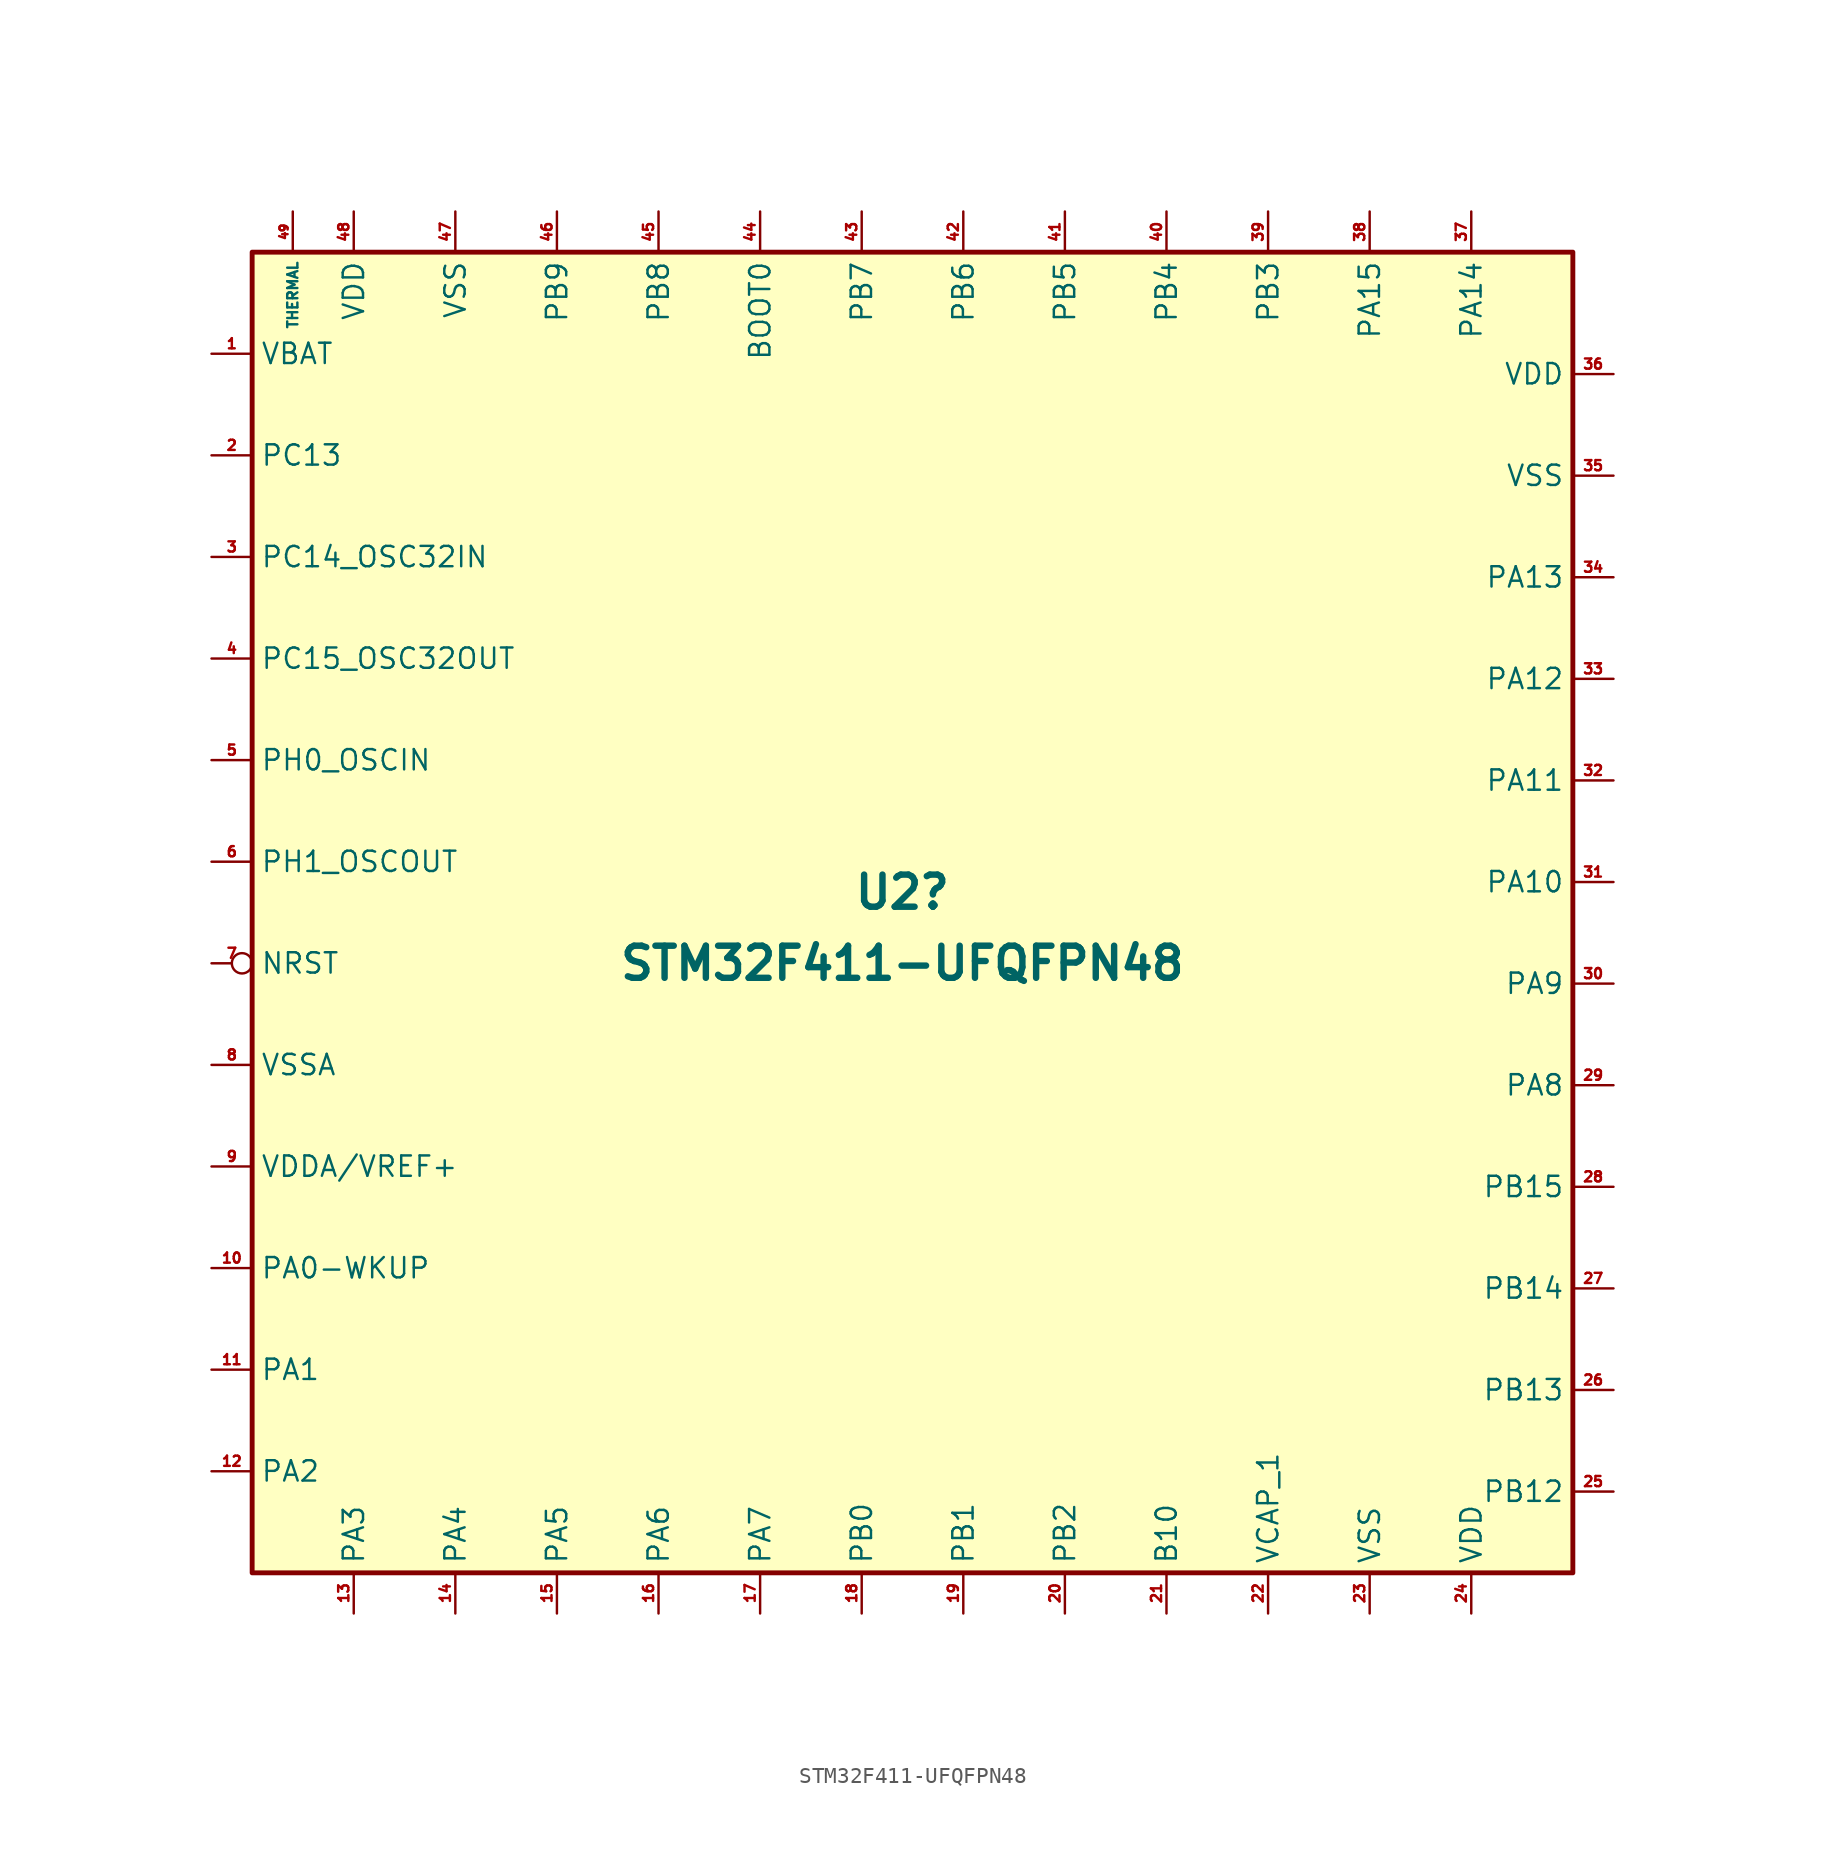
<source format=kicad_sym>
(kicad_symbol_lib
  (version 20211014)
  (generator kicad_symbol_editor)
  (symbol "acheron_Symbols:STM32F411-UFQFPN48"
    (property "Reference" "U2"
      (at 0 1.905 0)
      (effects (font (size 2.007 2.007) bold)))
    (property "Value" "STM32F411-UFQFPN48"
      (at 0 -2.54 0)
      (effects (font (size 2.007 2.007) bold)))
    (symbol "STM32F411-UFQFPN48_0_1"
      (rectangle (start 41.91 41.91) (end -40.64 -40.64) (stroke (width 0.305) (type default) (color 0 0 0 0)) (fill (type background))))
    (symbol "STM32F411-UFQFPN48_1_1"
      (pin power_in line (at -43.18 35.56 0) (length 2.54) (name "VBAT" (effects (font (size 1.27 1.27)))) (number "1" (effects (font (size 0.635 0.635)))))
      (pin bidirectional line (at -43.18 -21.59 0) (length 2.54) (name "PA0-WKUP" (effects (font (size 1.27 1.27)))) (number "10" (effects (font (size 0.635 0.635)))) (alternate "PA0/EVENTOUT" output line) (alternate "PA0/TIM2_CH1" output line) (alternate "PA0/TIM2_ET" output line) (alternate "PA0/TIM5_CH1" output line) (alternate "PA0/USART2_CTS" output line))
      (pin bidirectional line (at -43.18 -27.94 0) (length 2.54) (name "PA1" (effects (font (size 1.27 1.27)))) (number "11" (effects (font (size 0.635 0.635)))) (alternate "PA0/ADC1_1" output line) (alternate "PA0/EVENTOUT" output line) (alternate "PA0/I2S4_SD" output line) (alternate "PA0/SPI4_MOSI" output line) (alternate "PA0/TIM2_CH2" output line) (alternate "PA0/TIM5_CH2" output line) (alternate "PA0/USART2_RTS" output line))
      (pin bidirectional line (at -43.18 -34.29 0) (length 2.54) (name "PA2" (effects (font (size 1.27 1.27)))) (number "12" (effects (font (size 0.635 0.635)))) (alternate "PA2/ADC1_2" output line) (alternate "PA2/EVENTOUT" output line) (alternate "PA2/I2S2_CKIN" input line) (alternate "PA2/TIM2_CH3" output line) (alternate "PA2/TIM5_CH3" output line) (alternate "PA2/TIM9_CH1" output line) (alternate "PA2/USART2_TX" output line))
      (pin bidirectional line (at -34.29 -43.18 90) (length 2.54) (name "PA3" (effects (font (size 1.27 1.27)))) (number "13" (effects (font (size 0.635 0.635)))) (alternate "PA3/ADC1_3" bidirectional line) (alternate "PA3/EVENTOUT" output line) (alternate "PA3/I2S2_MCK" output line) (alternate "PA3/TIM2_CH4" output line) (alternate "PA3/TIM5_CH4" output line) (alternate "PA3/TIM9_CH2" output line) (alternate "PA3/USART2_RX" input line))
      (pin bidirectional line (at -27.94 -43.18 90) (length 2.54) (name "PA4" (effects (font (size 1.27 1.27)))) (number "14" (effects (font (size 0.635 0.635)))) (alternate "PA4/ADC1_4" bidirectional line) (alternate "PA4/EVENTOUT" output line) (alternate "PA4/I2S2_MCK" bidirectional line) (alternate "PA4/TIM2_CH4" bidirectional line) (alternate "PA4/TIM5_CH4" bidirectional line) (alternate "PA4/TIM9_CH2" bidirectional line) (alternate "PA4/USART2_RX" input line))
      (pin bidirectional line (at -21.59 -43.18 90) (length 2.54) (name "PA5" (effects (font (size 1.27 1.27)))) (number "15" (effects (font (size 0.635 0.635)))) (alternate "PA5/ADC1_5" bidirectional line) (alternate "PA5/EVENTOUT" output line) (alternate "PA5/I2S1_WS" bidirectional line) (alternate "PA5/I2S3_WS" bidirectional line) (alternate "PA5/SPI1_NSS" bidirectional line) (alternate "PA5/SPI3_NSS" bidirectional line) (alternate "PA5/USART2_CK" bidirectional line))
      (pin bidirectional line (at -15.24 -43.18 90) (length 2.54) (name "PA6" (effects (font (size 1.27 1.27)))) (number "16" (effects (font (size 0.635 0.635)))) (alternate "PA6/ADC1_6" bidirectional line) (alternate "PA6/EVENTOUT" output line) (alternate "PA6/I2S2_MKC" bidirectional line) (alternate "PA6/SDIO_CMD" bidirectional line) (alternate "PA6/SPI1_MISO" bidirectional line) (alternate "PA6/TIM1_BKIN" input line) (alternate "PA6/TIM3_CH1" bidirectional line))
      (pin bidirectional line (at -8.89 -43.18 90) (length 2.54) (name "PA7" (effects (font (size 1.27 1.27)))) (number "17" (effects (font (size 0.635 0.635)))) (alternate "PA7/ADC1_7" bidirectional line) (alternate "PA7/EVENTOUT" output line) (alternate "PA7/I2S1_SD" bidirectional line) (alternate "PA7/SPI1_MOSI" bidirectional line) (alternate "PA7/TIM1_CH1N" bidirectional line) (alternate "PA7/TIM3_CH2" bidirectional line))
      (pin bidirectional line (at -2.54 -43.18 90) (length 2.54) (name "PB0" (effects (font (size 1.27 1.27)))) (number "18" (effects (font (size 0.635 0.635)))) (alternate "PB0/ADC1_8" bidirectional line) (alternate "PB0/EVENTOUT" output line) (alternate "PB0/I2S5_CK" bidirectional line) (alternate "PB0/SPI5_SCK" bidirectional line) (alternate "PB0/TIM1_CH2N" bidirectional line) (alternate "PB0/TIM3_CH3" bidirectional line))
      (pin bidirectional line (at 3.81 -43.18 90) (length 2.54) (name "PB1" (effects (font (size 1.27 1.27)))) (number "19" (effects (font (size 0.635 0.635)))) (alternate "PB1/ADC1_9" bidirectional line) (alternate "PB1/EVENTOUT" output line) (alternate "PB1/I2S5_WS" bidirectional line) (alternate "PB1/SPI5_NSS" bidirectional line) (alternate "PB1/TIM1_CH3N" bidirectional line) (alternate "PB1/TIM3_CH4" bidirectional line))
      (pin bidirectional line (at -43.18 29.21 0) (length 2.54) (name "PC13" (effects (font (size 1.27 1.27)))) (number "2" (effects (font (size 0.635 0.635)))) (alternate "PC13/ANTI_TAMP" bidirectional line) (alternate "PC13/RTC_AMP1" bidirectional line) (alternate "PC13/RTC_OUT" output line) (alternate "PC13/RTC_TS" bidirectional line))
      (pin bidirectional line (at 10.16 -43.18 90) (length 2.54) (name "PB2" (effects (font (size 1.27 1.27)))) (number "20" (effects (font (size 0.635 0.635)))) (alternate "PB2/BOOT1" input line) (alternate "PB2/EVENTOUT" bidirectional line))
      (pin bidirectional line (at 16.51 -43.18 90) (length 2.54) (name "B10" (effects (font (size 1.27 1.27)))) (number "21" (effects (font (size 0.635 0.635)))) (alternate "PB10/EVENTOUT" output line) (alternate "PB10/I2C2_SCL" bidirectional line) (alternate "PB10/I2S2_CK" bidirectional line) (alternate "PB10/I2S3_MCK" bidirectional line) (alternate "PB10/SDIO_D7" bidirectional line) (alternate "PB10/SPI2_SCK" bidirectional line) (alternate "PB10/TIM2_CH3" bidirectional line))
      (pin output line (at 22.86 -43.18 90) (length 2.54) (name "VCAP_1" (effects (font (size 1.27 1.27)))) (number "22" (effects (font (size 0.635 0.635)))))
      (pin power_out line (at 29.21 -43.18 90) (length 2.54) (name "VSS" (effects (font (size 1.27 1.27)))) (number "23" (effects (font (size 0.635 0.635)))))
      (pin power_in line (at 35.56 -43.18 90) (length 2.54) (name "VDD" (effects (font (size 1.27 1.27)))) (number "24" (effects (font (size 0.635 0.635)))))
      (pin bidirectional line (at 44.45 -35.56 180) (length 2.54) (name "PB12" (effects (font (size 1.27 1.27)))) (number "25" (effects (font (size 0.635 0.635)))) (alternate "PB12/EVENTOUT" output line) (alternate "PB12/I2C2_SMBA" bidirectional line) (alternate "PB12/I2S2_WS" bidirectional line) (alternate "PB12/I2S3_CK" bidirectional line) (alternate "PB12/I2S4_WS" bidirectional line) (alternate "PB12/SPI2_NSS" bidirectional line) (alternate "PB12/SPI3_SCK" bidirectional line) (alternate "PB12/SPI4_NSS" bidirectional line) (alternate "PB12/TIM1_BKIN" bidirectional line))
      (pin bidirectional line (at 44.45 -29.21 180) (length 2.54) (name "PB13" (effects (font (size 1.27 1.27)))) (number "26" (effects (font (size 0.635 0.635)))) (alternate "PB13/EVENTOUT" output line) (alternate "PB13/I2S2_CK" bidirectional line) (alternate "PB13/I2S4_CK" bidirectional line) (alternate "PB13/SPI2_SCK" bidirectional line) (alternate "PB13/SPI4_NSS" bidirectional line) (alternate "PB13/TIM1_CH1N" bidirectional line))
      (pin bidirectional line (at 44.45 -22.86 180) (length 2.54) (name "PB14" (effects (font (size 1.27 1.27)))) (number "27" (effects (font (size 0.635 0.635)))) (alternate "PB14/EVENTOUT" output line) (alternate "PB14/I2S2ext_DF" bidirectional line) (alternate "PB14/SDIO_D6" bidirectional line) (alternate "PB14/SPI2_MISO" bidirectional line) (alternate "PB14/TIM1_CH2N" bidirectional line))
      (pin bidirectional line (at 44.45 -16.51 180) (length 2.54) (name "PB15" (effects (font (size 1.27 1.27)))) (number "28" (effects (font (size 0.635 0.635)))) (alternate "PB15/EVENTOUT" output line) (alternate "PB15/I2S2_SD" bidirectional line) (alternate "PB15/RTC_50Hz" bidirectional line) (alternate "PB15/RTC_REFIN" bidirectional line) (alternate "PB15/SDIO_CK" bidirectional line) (alternate "PB15/SPI2_MOSI" bidirectional line) (alternate "PB15/TIM1_CH3N" bidirectional line))
      (pin bidirectional line (at 44.45 -10.16 180) (length 2.54) (name "PA8" (effects (font (size 1.27 1.27)))) (number "29" (effects (font (size 0.635 0.635)))) (alternate "PA8/EVENTOUT" output line) (alternate "PA8/I2C3_SCL" bidirectional line) (alternate "PA8/MCO_1" bidirectional line) (alternate "PA8/SDIO_D1" bidirectional line) (alternate "PA8/TIM1_CH1" bidirectional line) (alternate "PA8/USART1_CK" bidirectional line) (alternate "PA8/USB_FS_SOF" bidirectional line))
      (pin bidirectional line (at -43.18 22.86 0) (length 2.54) (name "PC14_OSC32IN" (effects (font (size 1.27 1.27)))) (number "3" (effects (font (size 0.635 0.635)))))
      (pin bidirectional line (at 44.45 -3.81 180) (length 2.54) (name "PA9" (effects (font (size 1.27 1.27)))) (number "30" (effects (font (size 0.635 0.635)))) (alternate "PA9/EVENTOUT" output line) (alternate "PA9/I2C3_SMBA" bidirectional line) (alternate "PA9/OTG_FS_VBUS" bidirectional line) (alternate "PA9/SDIO_D2" bidirectional line) (alternate "PA9/TIM1_CH2" bidirectional line) (alternate "PA9/USART1_TX" input line) (alternate "PA9/USB_FS_VBUS" bidirectional line))
      (pin bidirectional line (at 44.45 2.54 180) (length 2.54) (name "PA10" (effects (font (size 1.27 1.27)))) (number "31" (effects (font (size 0.635 0.635)))) (alternate "PA10/EVENTOUT" output line) (alternate "PA10/I2S5_SD" bidirectional line) (alternate "PA10/SPI5_MOSI" bidirectional line) (alternate "PA10/TIM1_CH3" bidirectional line) (alternate "PA10/USART1_RX" input line) (alternate "PA10/USB_FS_ID" bidirectional line))
      (pin bidirectional line (at 44.45 8.89 180) (length 2.54) (name "PA11" (effects (font (size 1.27 1.27)))) (number "32" (effects (font (size 0.635 0.635)))) (alternate "PA11/EVENTOUT" output line) (alternate "PA11/SPI4_MISO" bidirectional line) (alternate "PA11/TIM1_CH4" bidirectional line) (alternate "PA11/USART1_CTS" bidirectional line) (alternate "PA11/USART6_TX" output line) (alternate "PA11/USB_FS_DM" bidirectional line))
      (pin bidirectional line (at 44.45 15.24 180) (length 2.54) (name "PA12" (effects (font (size 1.27 1.27)))) (number "33" (effects (font (size 0.635 0.635)))) (alternate "PA12/EVENTOUT" output line) (alternate "PA12/SPI5_MISO" bidirectional line) (alternate "PA12/TIM1_ETR" bidirectional line) (alternate "PA12/USART1_RTS" bidirectional line) (alternate "PA12/USART6_RX" input line) (alternate "PA12/USB_FS_DP" bidirectional line))
      (pin bidirectional line (at 44.45 21.59 180) (length 2.54) (name "PA13" (effects (font (size 1.27 1.27)))) (number "34" (effects (font (size 0.635 0.635)))) (alternate "EVENTOUT" output line) (alternate "PA12/SWDIO" bidirectional line))
      (pin power_in line (at 44.45 27.94 180) (length 2.54) (name "VSS" (effects (font (size 1.27 1.27)))) (number "35" (effects (font (size 0.635 0.635)))))
      (pin power_out line (at 44.45 34.29 180) (length 2.54) (name "VDD" (effects (font (size 1.27 1.27)))) (number "36" (effects (font (size 0.635 0.635)))))
      (pin bidirectional line (at 35.56 44.45 270) (length 2.54) (name "PA14" (effects (font (size 1.27 1.27)))) (number "37" (effects (font (size 0.635 0.635)))) (alternate "PA14/EVENTOUT" bidirectional line) (alternate "PA14/SWCLK" output line))
      (pin bidirectional line (at 29.21 44.45 270) (length 2.54) (name "PA15" (effects (font (size 1.27 1.27)))) (number "38" (effects (font (size 0.635 0.635)))) (alternate "PA15/EVENTOUT" output line) (alternate "PA15/I2S1_WS" bidirectional line) (alternate "PA15/I2S3_WS" bidirectional line) (alternate "PA15/JTDI" bidirectional line) (alternate "PA15/SPI1_NSS" bidirectional line) (alternate "PA15/SPI3_NSS" bidirectional line) (alternate "PA15/TIM2_CH1" bidirectional line) (alternate "PA15/TIM2_ETR" bidirectional line) (alternate "PA15/USART1_TX" output line))
      (pin bidirectional line (at 22.86 44.45 270) (length 2.54) (name "PB3" (effects (font (size 1.27 1.27)))) (number "39" (effects (font (size 0.635 0.635)))) (alternate "PB3/EVENTOUT" output line) (alternate "PB3/I2C2_SDA" bidirectional line) (alternate "PB3/I2S1_CK" bidirectional line) (alternate "PB3/I2S3_CK" bidirectional line) (alternate "PB3/JTDO-SWO" bidirectional line) (alternate "PB3/SPI1_SCK" bidirectional line) (alternate "PB3/SPI3_SCK" bidirectional line) (alternate "PB3/TIM2_CH2" bidirectional line) (alternate "PB3/USART1_RX" input line))
      (pin bidirectional line (at -43.18 16.51 0) (length 2.54) (name "PC15_OSC32OUT" (effects (font (size 1.27 1.27)))) (number "4" (effects (font (size 0.635 0.635)))))
      (pin bidirectional line (at 16.51 44.45 270) (length 2.54) (name "PB4" (effects (font (size 1.27 1.27)))) (number "40" (effects (font (size 0.635 0.635)))) (alternate "PB4/EVENTOUT" output line) (alternate "PB4/I2C3_SDA" bidirectional line) (alternate "PB4/I2S3ext_SD" bidirectional line) (alternate "PB4/JTRST" bidirectional line) (alternate "PB4/SDIO_D0" bidirectional line) (alternate "PB4/SPI1_MISO" bidirectional line) (alternate "PB4/SPI3_MISO" bidirectional line) (alternate "PB4/TIM3_CH1" bidirectional line))
      (pin bidirectional line (at 10.16 44.45 270) (length 2.54) (name "PB5" (effects (font (size 1.27 1.27)))) (number "41" (effects (font (size 0.635 0.635)))) (alternate "PB5/EVENTOUT" output line) (alternate "PB5/I2C1_SMBA" bidirectional line) (alternate "PB5/I2S1_SD" bidirectional line) (alternate "PB5/I2S3_SD" bidirectional line) (alternate "PB5/SDIO_D3" bidirectional line) (alternate "PB5/SPI1_MOSI" bidirectional line) (alternate "PB5/SPI3_MOSI" bidirectional line) (alternate "PB5/TIM3_CH2" bidirectional line))
      (pin bidirectional line (at 3.81 44.45 270) (length 2.54) (name "PB6" (effects (font (size 1.27 1.27)))) (number "42" (effects (font (size 0.635 0.635)))) (alternate "PB6/EVENTOUT" bidirectional line) (alternate "PB6/I2C1_SCL" bidirectional line) (alternate "PB6/TIM4_CH1" bidirectional line) (alternate "PB6/USART1_TX" output line))
      (pin bidirectional line (at -2.54 44.45 270) (length 2.54) (name "PB7" (effects (font (size 1.27 1.27)))) (number "43" (effects (font (size 0.635 0.635)))) (alternate "PB7/EVENTOUT" output line) (alternate "PB7/I2C1_SDA" bidirectional line) (alternate "PB7/SDIO_D0" bidirectional line) (alternate "PB7/TIM4_CH2" bidirectional line) (alternate "PB7/USART1_RX" output line))
      (pin input line (at -8.89 44.45 270) (length 2.54) (name "BOOT0" (effects (font (size 1.27 1.27)))) (number "44" (effects (font (size 0.635 0.635)))))
      (pin bidirectional line (at -15.24 44.45 270) (length 2.54) (name "PB8" (effects (font (size 1.27 1.27)))) (number "45" (effects (font (size 0.635 0.635)))) (alternate "PB8/EVENTOUT" output line) (alternate "PB8/I2C1_SCL" bidirectional line) (alternate "PB8/I2C3_SDA" bidirectional line) (alternate "PB8/I2S5_SD" bidirectional line) (alternate "PB8/SDIO_D4" bidirectional line) (alternate "PB8/SPI5_MOSI" bidirectional line) (alternate "PB8/TIM10_CH1" bidirectional line) (alternate "PB8/TIM4_CH3" bidirectional line))
      (pin input line (at -21.59 44.45 270) (length 2.54) (name "PB9" (effects (font (size 1.27 1.27)))) (number "46" (effects (font (size 0.635 0.635)))) (alternate "PB9/EVENTOUT" output line) (alternate "PB9/I2C1_SDA" input line) (alternate "PB9/I2C2_SDA" input line) (alternate "PB9/I2S2_WS" input line) (alternate "PB9/SDIO_D5" input line) (alternate "PB9/SPI2_NSS" input line) (alternate "PB9/TIM11_CH1" input line) (alternate "PB9/TIM4_CH4" input line))
      (pin power_in line (at -27.94 44.45 270) (length 2.54) (name "VSS" (effects (font (size 1.27 1.27)))) (number "47" (effects (font (size 0.635 0.635)))))
      (pin power_out line (at -34.29 44.45 270) (length 2.54) (name "VDD" (effects (font (size 1.27 1.27)))) (number "48" (effects (font (size 0.635 0.635)))))
      (pin power_out line (at -38.1 44.45 270) (length 2.54) (name "THERMAL" (effects (font (size 0.635 0.635)))) (number "49" (effects (font (size 0.508 0.508)))))
      (pin input line (at -43.18 10.16 0) (length 2.54) (name "PH0_OSCIN" (effects (font (size 1.27 1.27)))) (number "5" (effects (font (size 0.635 0.635)))))
      (pin output line (at -43.18 3.81 0) (length 2.54) (name "PH1_OSCOUT" (effects (font (size 1.27 1.27)))) (number "6" (effects (font (size 0.635 0.635)))))
      (pin input inverted (at -43.18 -2.54 0) (length 2.54) (name "NRST" (effects (font (size 1.27 1.27)))) (number "7" (effects (font (size 0.635 0.635)))))
      (pin power_in line (at -43.18 -8.89 0) (length 2.54) (name "VSSA" (effects (font (size 1.27 1.27)))) (number "8" (effects (font (size 0.635 0.635)))))
      (pin power_in line (at -43.18 -15.24 0) (length 2.54) (name "VDDA/VREF+" (effects (font (size 1.27 1.27)))) (number "9" (effects (font (size 0.635 0.635))))))))
</source>
